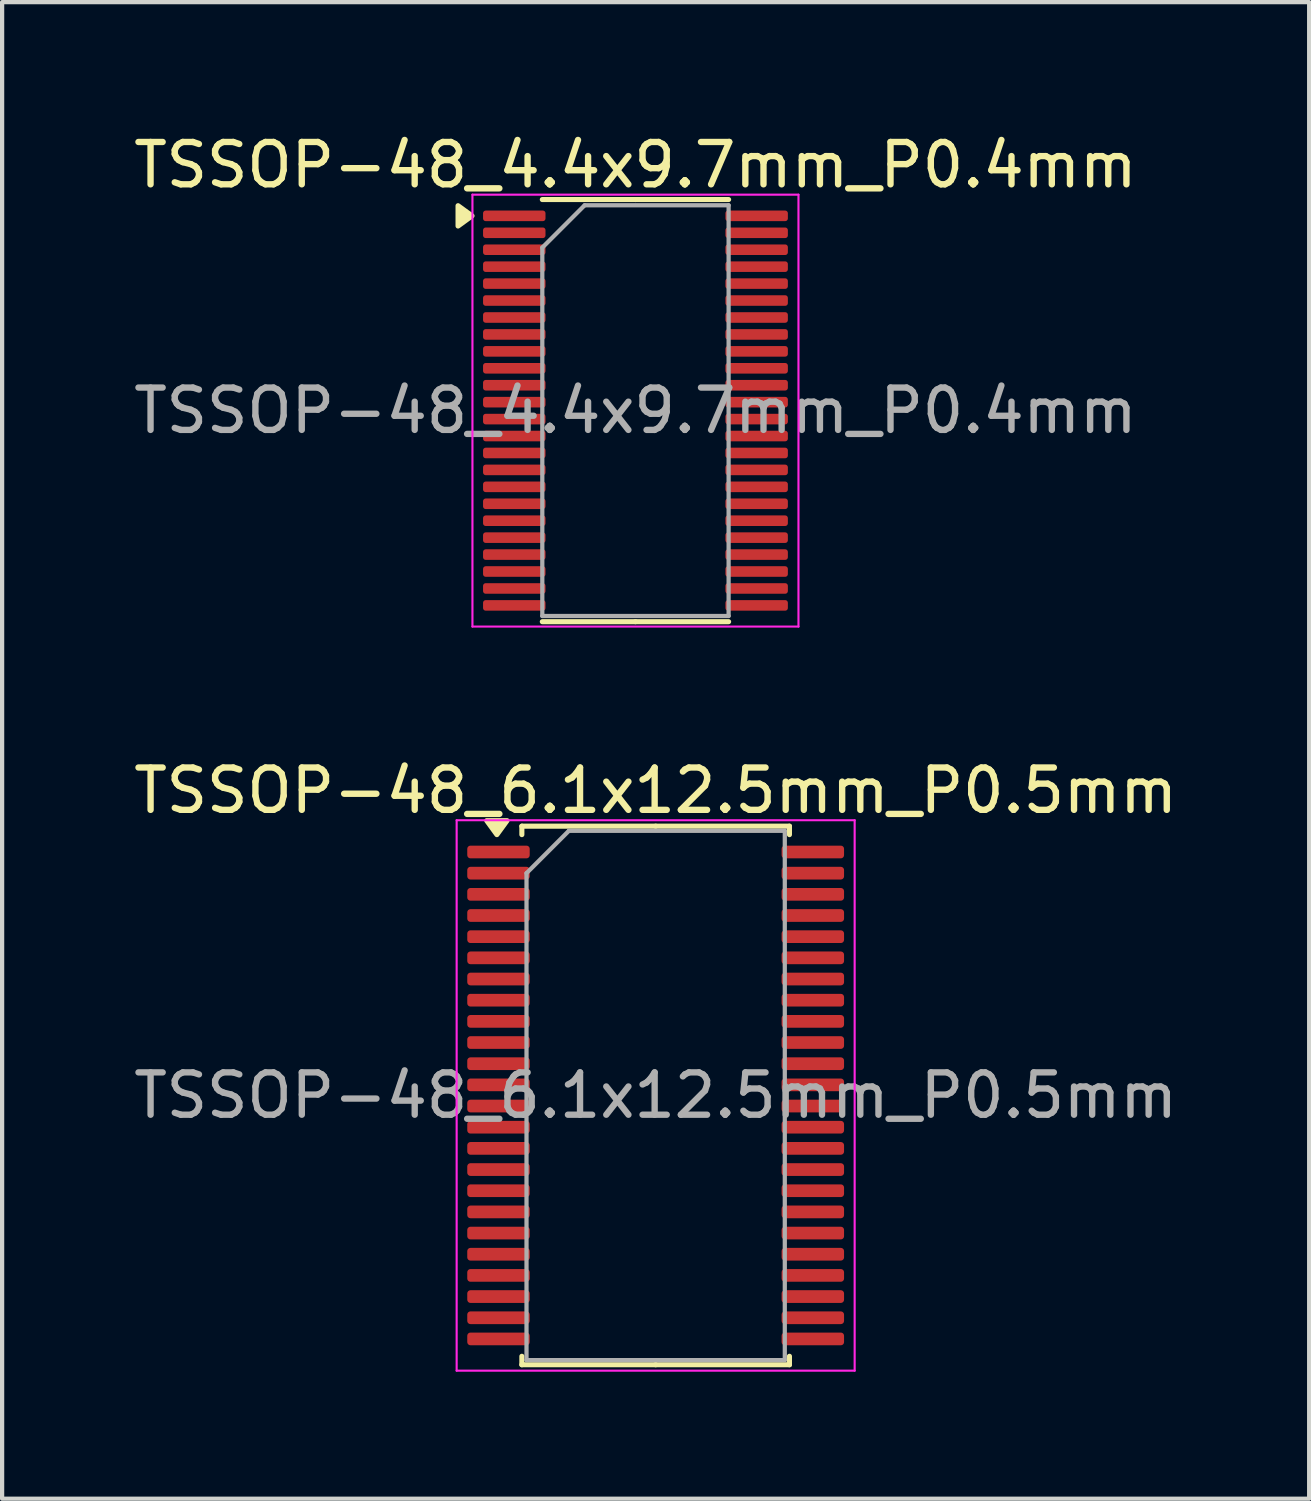
<source format=kicad_pcb>
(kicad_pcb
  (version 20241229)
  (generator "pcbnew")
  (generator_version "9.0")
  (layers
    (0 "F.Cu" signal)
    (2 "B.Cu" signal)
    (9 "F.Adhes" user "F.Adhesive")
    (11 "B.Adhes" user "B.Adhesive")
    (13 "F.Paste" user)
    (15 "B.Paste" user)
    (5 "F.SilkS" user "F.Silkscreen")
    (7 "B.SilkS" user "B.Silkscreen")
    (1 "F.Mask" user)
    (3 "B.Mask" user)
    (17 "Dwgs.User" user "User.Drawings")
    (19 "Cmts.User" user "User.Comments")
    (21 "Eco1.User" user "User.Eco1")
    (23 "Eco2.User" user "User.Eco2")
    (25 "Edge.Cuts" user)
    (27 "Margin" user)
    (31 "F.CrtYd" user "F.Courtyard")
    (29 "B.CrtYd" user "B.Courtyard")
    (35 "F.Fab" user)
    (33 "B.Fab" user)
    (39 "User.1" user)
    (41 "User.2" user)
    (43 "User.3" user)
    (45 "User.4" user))
  (footprint "TSSOP-48_6.1x12.5mm_P0.5mm"
    (layer "F.Cu")
    (at 12.435 22.822)
    (property "Reference" "TSSOP-48_6.1x12.5mm_P0.5mm" (at 0 -7.2 0) (layer "F.SilkS") (effects (font (size 1 1) (thickness 0.15))))
    (attr smd)
    (fp_line (start -3.16 -6.36) (end -3.16 -6.16) (stroke (width 0.12) (type solid)) (layer "F.SilkS"))
    (fp_line (start -3.16 6.36) (end -3.16 6.16) (stroke (width 0.12) (type solid)) (layer "F.SilkS"))
    (fp_line (start 0 -6.36) (end -3.16 -6.36) (stroke (width 0.12) (type solid)) (layer "F.SilkS"))
    (fp_line (start 0 -6.36) (end 3.16 -6.36) (stroke (width 0.12) (type solid)) (layer "F.SilkS"))
    (fp_line (start 0 6.36) (end -3.16 6.36) (stroke (width 0.12) (type solid)) (layer "F.SilkS"))
    (fp_line (start 0 6.36) (end 3.16 6.36) (stroke (width 0.12) (type solid)) (layer "F.SilkS"))
    (fp_line (start 3.16 -6.36) (end 3.16 -6.16) (stroke (width 0.12) (type solid)) (layer "F.SilkS"))
    (fp_line (start 3.16 6.36) (end 3.16 6.16) (stroke (width 0.12) (type solid)) (layer "F.SilkS"))
    (fp_poly (pts (xy -3.75 -6.16) (xy -3.99 -6.49) (xy -3.51 -6.49) (xy -3.75 -6.16)) (stroke (width 0.12) (type solid)) (fill yes) (layer "F.SilkS"))
    (fp_line (start -4.7 -6.5) (end -4.7 6.5) (stroke (width 0.05) (type solid)) (layer "F.CrtYd"))
    (fp_line (start -4.7 6.5) (end 4.7 6.5) (stroke (width 0.05) (type solid)) (layer "F.CrtYd"))
    (fp_line (start 4.7 -6.5) (end -4.7 -6.5) (stroke (width 0.05) (type solid)) (layer "F.CrtYd"))
    (fp_line (start 4.7 6.5) (end 4.7 -6.5) (stroke (width 0.05) (type solid)) (layer "F.CrtYd"))
    (fp_line (start -3.05 -5.25) (end -2.05 -6.25) (stroke (width 0.1) (type solid)) (layer "F.Fab"))
    (fp_line (start -3.05 6.25) (end -3.05 -5.25) (stroke (width 0.1) (type solid)) (layer "F.Fab"))
    (fp_line (start -2.05 -6.25) (end 3.05 -6.25) (stroke (width 0.1) (type solid)) (layer "F.Fab"))
    (fp_line (start 3.05 -6.25) (end 3.05 6.25) (stroke (width 0.1) (type solid)) (layer "F.Fab"))
    (fp_line (start 3.05 6.25) (end -3.05 6.25) (stroke (width 0.1) (type solid)) (layer "F.Fab"))
    (fp_text user "${REFERENCE}" (at 0 0 0) (layer "F.Fab") (effects (font (size 1 1) (thickness 0.15))))
    (pad "1" smd roundrect (at -3.712 -5.75) (size 1.475 0.3) (layers "F.Cu" "F.Mask" "F.Paste") (roundrect_rratio 0.25))
    (pad "2" smd roundrect (at -3.712 -5.25) (size 1.475 0.3) (layers "F.Cu" "F.Mask" "F.Paste") (roundrect_rratio 0.25))
    (pad "3" smd roundrect (at -3.712 -4.75) (size 1.475 0.3) (layers "F.Cu" "F.Mask" "F.Paste") (roundrect_rratio 0.25))
    (pad "4" smd roundrect (at -3.712 -4.25) (size 1.475 0.3) (layers "F.Cu" "F.Mask" "F.Paste") (roundrect_rratio 0.25))
    (pad "5" smd roundrect (at -3.712 -3.75) (size 1.475 0.3) (layers "F.Cu" "F.Mask" "F.Paste") (roundrect_rratio 0.25))
    (pad "6" smd roundrect (at -3.712 -3.25) (size 1.475 0.3) (layers "F.Cu" "F.Mask" "F.Paste") (roundrect_rratio 0.25))
    (pad "7" smd roundrect (at -3.712 -2.75) (size 1.475 0.3) (layers "F.Cu" "F.Mask" "F.Paste") (roundrect_rratio 0.25))
    (pad "8" smd roundrect (at -3.712 -2.25) (size 1.475 0.3) (layers "F.Cu" "F.Mask" "F.Paste") (roundrect_rratio 0.25))
    (pad "9" smd roundrect (at -3.712 -1.75) (size 1.475 0.3) (layers "F.Cu" "F.Mask" "F.Paste") (roundrect_rratio 0.25))
    (pad "10" smd roundrect (at -3.712 -1.25) (size 1.475 0.3) (layers "F.Cu" "F.Mask" "F.Paste") (roundrect_rratio 0.25))
    (pad "11" smd roundrect (at -3.712 -0.75) (size 1.475 0.3) (layers "F.Cu" "F.Mask" "F.Paste") (roundrect_rratio 0.25))
    (pad "12" smd roundrect (at -3.712 -0.25) (size 1.475 0.3) (layers "F.Cu" "F.Mask" "F.Paste") (roundrect_rratio 0.25))
    (pad "13" smd roundrect (at -3.712 0.25) (size 1.475 0.3) (layers "F.Cu" "F.Mask" "F.Paste") (roundrect_rratio 0.25))
    (pad "14" smd roundrect (at -3.712 0.75) (size 1.475 0.3) (layers "F.Cu" "F.Mask" "F.Paste") (roundrect_rratio 0.25))
    (pad "15" smd roundrect (at -3.712 1.25) (size 1.475 0.3) (layers "F.Cu" "F.Mask" "F.Paste") (roundrect_rratio 0.25))
    (pad "16" smd roundrect (at -3.712 1.75) (size 1.475 0.3) (layers "F.Cu" "F.Mask" "F.Paste") (roundrect_rratio 0.25))
    (pad "17" smd roundrect (at -3.712 2.25) (size 1.475 0.3) (layers "F.Cu" "F.Mask" "F.Paste") (roundrect_rratio 0.25))
    (pad "18" smd roundrect (at -3.712 2.75) (size 1.475 0.3) (layers "F.Cu" "F.Mask" "F.Paste") (roundrect_rratio 0.25))
    (pad "19" smd roundrect (at -3.712 3.25) (size 1.475 0.3) (layers "F.Cu" "F.Mask" "F.Paste") (roundrect_rratio 0.25))
    (pad "20" smd roundrect (at -3.712 3.75) (size 1.475 0.3) (layers "F.Cu" "F.Mask" "F.Paste") (roundrect_rratio 0.25))
    (pad "21" smd roundrect (at -3.712 4.25) (size 1.475 0.3) (layers "F.Cu" "F.Mask" "F.Paste") (roundrect_rratio 0.25))
    (pad "22" smd roundrect (at -3.712 4.75) (size 1.475 0.3) (layers "F.Cu" "F.Mask" "F.Paste") (roundrect_rratio 0.25))
    (pad "23" smd roundrect (at -3.712 5.25) (size 1.475 0.3) (layers "F.Cu" "F.Mask" "F.Paste") (roundrect_rratio 0.25))
    (pad "24" smd roundrect (at -3.712 5.75) (size 1.475 0.3) (layers "F.Cu" "F.Mask" "F.Paste") (roundrect_rratio 0.25))
    (pad "25" smd roundrect (at 3.712 5.75) (size 1.475 0.3) (layers "F.Cu" "F.Mask" "F.Paste") (roundrect_rratio 0.25))
    (pad "26" smd roundrect (at 3.712 5.25) (size 1.475 0.3) (layers "F.Cu" "F.Mask" "F.Paste") (roundrect_rratio 0.25))
    (pad "27" smd roundrect (at 3.712 4.75) (size 1.475 0.3) (layers "F.Cu" "F.Mask" "F.Paste") (roundrect_rratio 0.25))
    (pad "28" smd roundrect (at 3.712 4.25) (size 1.475 0.3) (layers "F.Cu" "F.Mask" "F.Paste") (roundrect_rratio 0.25))
    (pad "29" smd roundrect (at 3.712 3.75) (size 1.475 0.3) (layers "F.Cu" "F.Mask" "F.Paste") (roundrect_rratio 0.25))
    (pad "30" smd roundrect (at 3.712 3.25) (size 1.475 0.3) (layers "F.Cu" "F.Mask" "F.Paste") (roundrect_rratio 0.25))
    (pad "31" smd roundrect (at 3.712 2.75) (size 1.475 0.3) (layers "F.Cu" "F.Mask" "F.Paste") (roundrect_rratio 0.25))
    (pad "32" smd roundrect (at 3.712 2.25) (size 1.475 0.3) (layers "F.Cu" "F.Mask" "F.Paste") (roundrect_rratio 0.25))
    (pad "33" smd roundrect (at 3.712 1.75) (size 1.475 0.3) (layers "F.Cu" "F.Mask" "F.Paste") (roundrect_rratio 0.25))
    (pad "34" smd roundrect (at 3.712 1.25) (size 1.475 0.3) (layers "F.Cu" "F.Mask" "F.Paste") (roundrect_rratio 0.25))
    (pad "35" smd roundrect (at 3.712 0.75) (size 1.475 0.3) (layers "F.Cu" "F.Mask" "F.Paste") (roundrect_rratio 0.25))
    (pad "36" smd roundrect (at 3.712 0.25) (size 1.475 0.3) (layers "F.Cu" "F.Mask" "F.Paste") (roundrect_rratio 0.25))
    (pad "37" smd roundrect (at 3.712 -0.25) (size 1.475 0.3) (layers "F.Cu" "F.Mask" "F.Paste") (roundrect_rratio 0.25))
    (pad "38" smd roundrect (at 3.712 -0.75) (size 1.475 0.3) (layers "F.Cu" "F.Mask" "F.Paste") (roundrect_rratio 0.25))
    (pad "39" smd roundrect (at 3.712 -1.25) (size 1.475 0.3) (layers "F.Cu" "F.Mask" "F.Paste") (roundrect_rratio 0.25))
    (pad "40" smd roundrect (at 3.712 -1.75) (size 1.475 0.3) (layers "F.Cu" "F.Mask" "F.Paste") (roundrect_rratio 0.25))
    (pad "41" smd roundrect (at 3.712 -2.25) (size 1.475 0.3) (layers "F.Cu" "F.Mask" "F.Paste") (roundrect_rratio 0.25))
    (pad "42" smd roundrect (at 3.712 -2.75) (size 1.475 0.3) (layers "F.Cu" "F.Mask" "F.Paste") (roundrect_rratio 0.25))
    (pad "43" smd roundrect (at 3.712 -3.25) (size 1.475 0.3) (layers "F.Cu" "F.Mask" "F.Paste") (roundrect_rratio 0.25))
    (pad "44" smd roundrect (at 3.712 -3.75) (size 1.475 0.3) (layers "F.Cu" "F.Mask" "F.Paste") (roundrect_rratio 0.25))
    (pad "45" smd roundrect (at 3.712 -4.25) (size 1.475 0.3) (layers "F.Cu" "F.Mask" "F.Paste") (roundrect_rratio 0.25))
    (pad "46" smd roundrect (at 3.712 -4.75) (size 1.475 0.3) (layers "F.Cu" "F.Mask" "F.Paste") (roundrect_rratio 0.25))
    (pad "47" smd roundrect (at 3.712 -5.25) (size 1.475 0.3) (layers "F.Cu" "F.Mask" "F.Paste") (roundrect_rratio 0.25))
    (pad "48" smd roundrect (at 3.712 -5.75) (size 1.475 0.3) (layers "F.Cu" "F.Mask" "F.Paste") (roundrect_rratio 0.25)))
  (footprint "TSSOP-48_4.4x9.7mm_P0.4mm"
    (layer "F.Cu")
    (at 11.958 6.648)
    (property "Reference" "TSSOP-48_4.4x9.7mm_P0.4mm" (at 0 -5.8 0) (layer "F.SilkS") (effects (font (size 1 1) (thickness 0.15))))
    (attr smd)
    (fp_line (start 0 -4.985) (end -2.2 -4.985) (stroke (width 0.12) (type solid)) (layer "F.SilkS"))
    (fp_line (start 0 -4.985) (end 2.2 -4.985) (stroke (width 0.12) (type solid)) (layer "F.SilkS"))
    (fp_line (start 0 4.985) (end -2.2 4.985) (stroke (width 0.12) (type solid)) (layer "F.SilkS"))
    (fp_line (start 0 4.985) (end 2.2 4.985) (stroke (width 0.12) (type solid)) (layer "F.SilkS"))
    (fp_poly (pts (xy -3.86 -4.6) (xy -4.19 -4.84) (xy -4.19 -4.36) (xy -3.86 -4.6)) (stroke (width 0.12) (type solid)) (fill yes) (layer "F.SilkS"))
    (fp_line (start -3.85 -5.1) (end -3.85 5.1) (stroke (width 0.05) (type solid)) (layer "F.CrtYd"))
    (fp_line (start -3.85 5.1) (end 3.85 5.1) (stroke (width 0.05) (type solid)) (layer "F.CrtYd"))
    (fp_line (start 3.85 -5.1) (end -3.85 -5.1) (stroke (width 0.05) (type solid)) (layer "F.CrtYd"))
    (fp_line (start 3.85 5.1) (end 3.85 -5.1) (stroke (width 0.05) (type solid)) (layer "F.CrtYd"))
    (fp_line (start -2.2 -3.85) (end -1.2 -4.85) (stroke (width 0.1) (type solid)) (layer "F.Fab"))
    (fp_line (start -2.2 4.85) (end -2.2 -3.85) (stroke (width 0.1) (type solid)) (layer "F.Fab"))
    (fp_line (start -1.2 -4.85) (end 2.2 -4.85) (stroke (width 0.1) (type solid)) (layer "F.Fab"))
    (fp_line (start 2.2 -4.85) (end 2.2 4.85) (stroke (width 0.1) (type solid)) (layer "F.Fab"))
    (fp_line (start 2.2 4.85) (end -2.2 4.85) (stroke (width 0.1) (type solid)) (layer "F.Fab"))
    (fp_text user "${REFERENCE}" (at 0 0 0) (layer "F.Fab") (effects (font (size 1 1) (thickness 0.15))))
    (pad "1" smd roundrect (at -2.862 -4.6) (size 1.475 0.25) (layers "F.Cu" "F.Mask" "F.Paste") (roundrect_rratio 0.25))
    (pad "2" smd roundrect (at -2.862 -4.2) (size 1.475 0.25) (layers "F.Cu" "F.Mask" "F.Paste") (roundrect_rratio 0.25))
    (pad "3" smd roundrect (at -2.862 -3.8) (size 1.475 0.25) (layers "F.Cu" "F.Mask" "F.Paste") (roundrect_rratio 0.25))
    (pad "4" smd roundrect (at -2.862 -3.4) (size 1.475 0.25) (layers "F.Cu" "F.Mask" "F.Paste") (roundrect_rratio 0.25))
    (pad "5" smd roundrect (at -2.862 -3) (size 1.475 0.25) (layers "F.Cu" "F.Mask" "F.Paste") (roundrect_rratio 0.25))
    (pad "6" smd roundrect (at -2.862 -2.6) (size 1.475 0.25) (layers "F.Cu" "F.Mask" "F.Paste") (roundrect_rratio 0.25))
    (pad "7" smd roundrect (at -2.862 -2.2) (size 1.475 0.25) (layers "F.Cu" "F.Mask" "F.Paste") (roundrect_rratio 0.25))
    (pad "8" smd roundrect (at -2.862 -1.8) (size 1.475 0.25) (layers "F.Cu" "F.Mask" "F.Paste") (roundrect_rratio 0.25))
    (pad "9" smd roundrect (at -2.862 -1.4) (size 1.475 0.25) (layers "F.Cu" "F.Mask" "F.Paste") (roundrect_rratio 0.25))
    (pad "10" smd roundrect (at -2.862 -1) (size 1.475 0.25) (layers "F.Cu" "F.Mask" "F.Paste") (roundrect_rratio 0.25))
    (pad "11" smd roundrect (at -2.862 -0.6) (size 1.475 0.25) (layers "F.Cu" "F.Mask" "F.Paste") (roundrect_rratio 0.25))
    (pad "12" smd roundrect (at -2.862 -0.2) (size 1.475 0.25) (layers "F.Cu" "F.Mask" "F.Paste") (roundrect_rratio 0.25))
    (pad "13" smd roundrect (at -2.862 0.2) (size 1.475 0.25) (layers "F.Cu" "F.Mask" "F.Paste") (roundrect_rratio 0.25))
    (pad "14" smd roundrect (at -2.862 0.6) (size 1.475 0.25) (layers "F.Cu" "F.Mask" "F.Paste") (roundrect_rratio 0.25))
    (pad "15" smd roundrect (at -2.862 1) (size 1.475 0.25) (layers "F.Cu" "F.Mask" "F.Paste") (roundrect_rratio 0.25))
    (pad "16" smd roundrect (at -2.862 1.4) (size 1.475 0.25) (layers "F.Cu" "F.Mask" "F.Paste") (roundrect_rratio 0.25))
    (pad "17" smd roundrect (at -2.862 1.8) (size 1.475 0.25) (layers "F.Cu" "F.Mask" "F.Paste") (roundrect_rratio 0.25))
    (pad "18" smd roundrect (at -2.862 2.2) (size 1.475 0.25) (layers "F.Cu" "F.Mask" "F.Paste") (roundrect_rratio 0.25))
    (pad "19" smd roundrect (at -2.862 2.6) (size 1.475 0.25) (layers "F.Cu" "F.Mask" "F.Paste") (roundrect_rratio 0.25))
    (pad "20" smd roundrect (at -2.862 3) (size 1.475 0.25) (layers "F.Cu" "F.Mask" "F.Paste") (roundrect_rratio 0.25))
    (pad "21" smd roundrect (at -2.862 3.4) (size 1.475 0.25) (layers "F.Cu" "F.Mask" "F.Paste") (roundrect_rratio 0.25))
    (pad "22" smd roundrect (at -2.862 3.8) (size 1.475 0.25) (layers "F.Cu" "F.Mask" "F.Paste") (roundrect_rratio 0.25))
    (pad "23" smd roundrect (at -2.862 4.2) (size 1.475 0.25) (layers "F.Cu" "F.Mask" "F.Paste") (roundrect_rratio 0.25))
    (pad "24" smd roundrect (at -2.862 4.6) (size 1.475 0.25) (layers "F.Cu" "F.Mask" "F.Paste") (roundrect_rratio 0.25))
    (pad "25" smd roundrect (at 2.862 4.6) (size 1.475 0.25) (layers "F.Cu" "F.Mask" "F.Paste") (roundrect_rratio 0.25))
    (pad "26" smd roundrect (at 2.862 4.2) (size 1.475 0.25) (layers "F.Cu" "F.Mask" "F.Paste") (roundrect_rratio 0.25))
    (pad "27" smd roundrect (at 2.862 3.8) (size 1.475 0.25) (layers "F.Cu" "F.Mask" "F.Paste") (roundrect_rratio 0.25))
    (pad "28" smd roundrect (at 2.862 3.4) (size 1.475 0.25) (layers "F.Cu" "F.Mask" "F.Paste") (roundrect_rratio 0.25))
    (pad "29" smd roundrect (at 2.862 3) (size 1.475 0.25) (layers "F.Cu" "F.Mask" "F.Paste") (roundrect_rratio 0.25))
    (pad "30" smd roundrect (at 2.862 2.6) (size 1.475 0.25) (layers "F.Cu" "F.Mask" "F.Paste") (roundrect_rratio 0.25))
    (pad "31" smd roundrect (at 2.862 2.2) (size 1.475 0.25) (layers "F.Cu" "F.Mask" "F.Paste") (roundrect_rratio 0.25))
    (pad "32" smd roundrect (at 2.862 1.8) (size 1.475 0.25) (layers "F.Cu" "F.Mask" "F.Paste") (roundrect_rratio 0.25))
    (pad "33" smd roundrect (at 2.862 1.4) (size 1.475 0.25) (layers "F.Cu" "F.Mask" "F.Paste") (roundrect_rratio 0.25))
    (pad "34" smd roundrect (at 2.862 1) (size 1.475 0.25) (layers "F.Cu" "F.Mask" "F.Paste") (roundrect_rratio 0.25))
    (pad "35" smd roundrect (at 2.862 0.6) (size 1.475 0.25) (layers "F.Cu" "F.Mask" "F.Paste") (roundrect_rratio 0.25))
    (pad "36" smd roundrect (at 2.862 0.2) (size 1.475 0.25) (layers "F.Cu" "F.Mask" "F.Paste") (roundrect_rratio 0.25))
    (pad "37" smd roundrect (at 2.862 -0.2) (size 1.475 0.25) (layers "F.Cu" "F.Mask" "F.Paste") (roundrect_rratio 0.25))
    (pad "38" smd roundrect (at 2.862 -0.6) (size 1.475 0.25) (layers "F.Cu" "F.Mask" "F.Paste") (roundrect_rratio 0.25))
    (pad "39" smd roundrect (at 2.862 -1) (size 1.475 0.25) (layers "F.Cu" "F.Mask" "F.Paste") (roundrect_rratio 0.25))
    (pad "40" smd roundrect (at 2.862 -1.4) (size 1.475 0.25) (layers "F.Cu" "F.Mask" "F.Paste") (roundrect_rratio 0.25))
    (pad "41" smd roundrect (at 2.862 -1.8) (size 1.475 0.25) (layers "F.Cu" "F.Mask" "F.Paste") (roundrect_rratio 0.25))
    (pad "42" smd roundrect (at 2.862 -2.2) (size 1.475 0.25) (layers "F.Cu" "F.Mask" "F.Paste") (roundrect_rratio 0.25))
    (pad "43" smd roundrect (at 2.862 -2.6) (size 1.475 0.25) (layers "F.Cu" "F.Mask" "F.Paste") (roundrect_rratio 0.25))
    (pad "44" smd roundrect (at 2.862 -3) (size 1.475 0.25) (layers "F.Cu" "F.Mask" "F.Paste") (roundrect_rratio 0.25))
    (pad "45" smd roundrect (at 2.862 -3.4) (size 1.475 0.25) (layers "F.Cu" "F.Mask" "F.Paste") (roundrect_rratio 0.25))
    (pad "46" smd roundrect (at 2.862 -3.8) (size 1.475 0.25) (layers "F.Cu" "F.Mask" "F.Paste") (roundrect_rratio 0.25))
    (pad "47" smd roundrect (at 2.862 -4.2) (size 1.475 0.25) (layers "F.Cu" "F.Mask" "F.Paste") (roundrect_rratio 0.25))
    (pad "48" smd roundrect (at 2.862 -4.6) (size 1.475 0.25) (layers "F.Cu" "F.Mask" "F.Paste") (roundrect_rratio 0.25)))
  (gr_rect
    (start -3 -3)
    (end 27.869 32.346)
    (stroke (width 0.1) (type default))
    (fill no)
    (layer "Edge.Cuts")))
</source>
